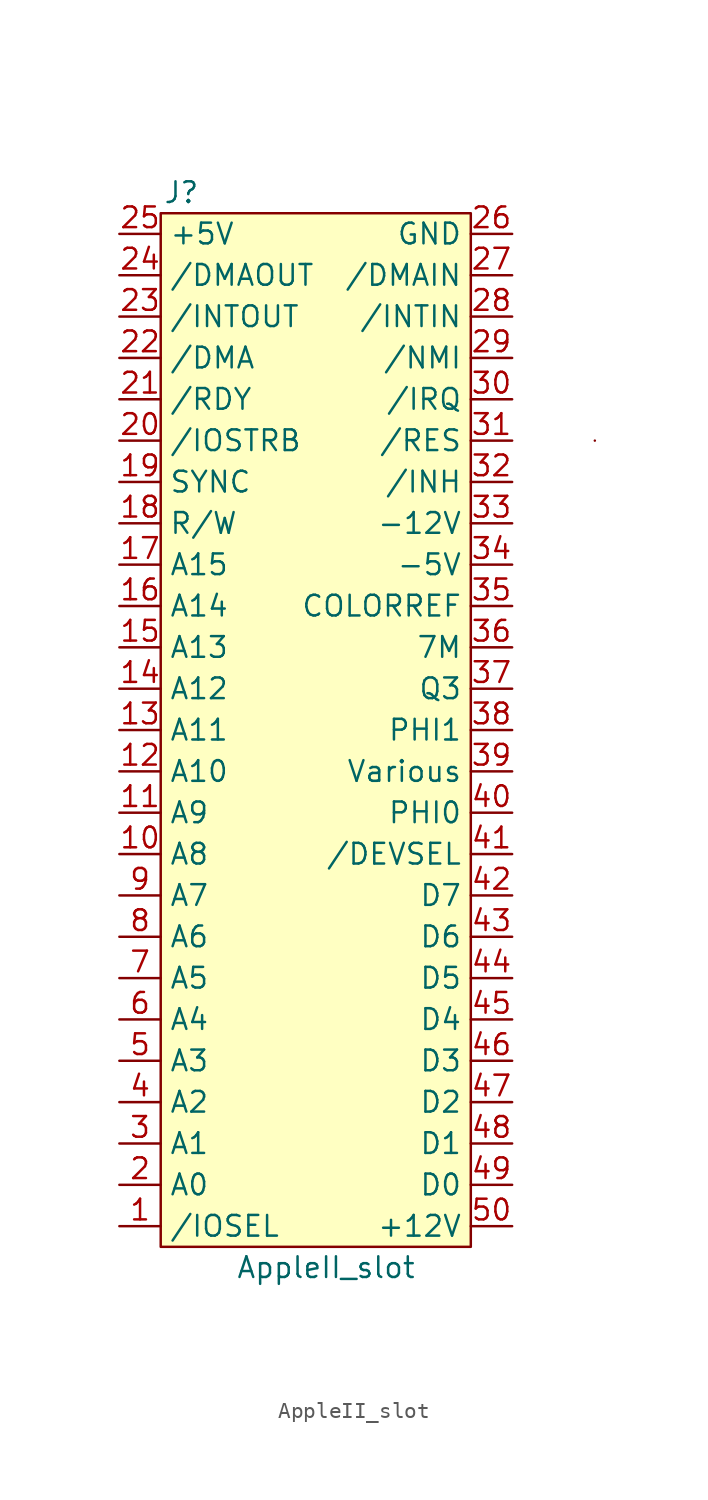
<source format=kicad_sym>
(kicad_symbol_lib
  (version 20211014)
  (generator kicad_symbol_editor)
  (symbol "AppleII_slot"
    (property "Reference" "J"
      (at 1.27 64.77 0)
      (effects (font (size 1.27 1.27))))
    (property "Value" "AppleII_slot"
      (at 10.16 -1.27 0)
      (effects (font (size 1.27 1.27))))
    (symbol "AppleII_slot_0_1"
      (polyline (pts (xy 26.67 49.53) (xy 26.67 49.53)) (stroke (width 0) (type default) (color 0 0 0 0)) (fill (type none)))
      (rectangle (start 0 63.5) (end 19.05 0) (stroke (width 0) (type default) (color 0 0 0 0)) (fill (type background))))
    (symbol "AppleII_slot_1_1"
      (pin output line (at -2.54 1.27 0) (length 2.54) (name "/IOSEL" (effects (font (size 1.27 1.27)))) (number "1" (effects (font (size 1.27 1.27)))))
      (pin bidirectional line (at -2.54 24.13 0) (length 2.54) (name "A8" (effects (font (size 1.27 1.27)))) (number "10" (effects (font (size 1.27 1.27)))))
      (pin bidirectional line (at -2.54 26.67 0) (length 2.54) (name "A9" (effects (font (size 1.27 1.27)))) (number "11" (effects (font (size 1.27 1.27)))))
      (pin bidirectional line (at -2.54 29.21 0) (length 2.54) (name "A10" (effects (font (size 1.27 1.27)))) (number "12" (effects (font (size 1.27 1.27)))))
      (pin bidirectional line (at -2.54 31.75 0) (length 2.54) (name "A11" (effects (font (size 1.27 1.27)))) (number "13" (effects (font (size 1.27 1.27)))))
      (pin bidirectional line (at -2.54 34.29 0) (length 2.54) (name "A12" (effects (font (size 1.27 1.27)))) (number "14" (effects (font (size 1.27 1.27)))))
      (pin bidirectional line (at -2.54 36.83 0) (length 2.54) (name "A13" (effects (font (size 1.27 1.27)))) (number "15" (effects (font (size 1.27 1.27)))))
      (pin bidirectional line (at -2.54 39.37 0) (length 2.54) (name "A14" (effects (font (size 1.27 1.27)))) (number "16" (effects (font (size 1.27 1.27)))))
      (pin bidirectional line (at -2.54 41.91 0) (length 2.54) (name "A15" (effects (font (size 1.27 1.27)))) (number "17" (effects (font (size 1.27 1.27)))))
      (pin bidirectional line (at -2.54 44.45 0) (length 2.54) (name "R/W" (effects (font (size 1.27 1.27)))) (number "18" (effects (font (size 1.27 1.27)))))
      (pin output line (at -2.54 46.99 0) (length 2.54) (name "SYNC" (effects (font (size 1.27 1.27)))) (number "19" (effects (font (size 1.27 1.27)))))
      (pin bidirectional line (at -2.54 3.81 0) (length 2.54) (name "A0" (effects (font (size 1.27 1.27)))) (number "2" (effects (font (size 1.27 1.27)))))
      (pin output line (at -2.54 49.53 0) (length 2.54) (name "/IOSTRB" (effects (font (size 1.27 1.27)))) (number "20" (effects (font (size 1.27 1.27)))))
      (pin input line (at -2.54 52.07 0) (length 2.54) (name "/RDY" (effects (font (size 1.27 1.27)))) (number "21" (effects (font (size 1.27 1.27)))))
      (pin input line (at -2.54 54.61 0) (length 2.54) (name "/DMA" (effects (font (size 1.27 1.27)))) (number "22" (effects (font (size 1.27 1.27)))))
      (pin input line (at -2.54 57.15 0) (length 2.54) (name "/INTOUT" (effects (font (size 1.27 1.27)))) (number "23" (effects (font (size 1.27 1.27)))))
      (pin input line (at -2.54 59.69 0) (length 2.54) (name "/DMAOUT" (effects (font (size 1.27 1.27)))) (number "24" (effects (font (size 1.27 1.27)))))
      (pin power_out line (at -2.54 62.23 0) (length 2.54) (name "+5V" (effects (font (size 1.27 1.27)))) (number "25" (effects (font (size 1.27 1.27)))))
      (pin power_in line (at 21.59 62.23 180) (length 2.54) (name "GND" (effects (font (size 1.27 1.27)))) (number "26" (effects (font (size 1.27 1.27)))))
      (pin output line (at 21.59 59.69 180) (length 2.54) (name "/DMAIN" (effects (font (size 1.27 1.27)))) (number "27" (effects (font (size 1.27 1.27)))))
      (pin output line (at 21.59 57.15 180) (length 2.54) (name "/INTIN" (effects (font (size 1.27 1.27)))) (number "28" (effects (font (size 1.27 1.27)))))
      (pin input line (at 21.59 54.61 180) (length 2.54) (name "/NMI" (effects (font (size 1.27 1.27)))) (number "29" (effects (font (size 1.27 1.27)))))
      (pin bidirectional line (at -2.54 6.35 0) (length 2.54) (name "A1" (effects (font (size 1.27 1.27)))) (number "3" (effects (font (size 1.27 1.27)))))
      (pin input line (at 21.59 52.07 180) (length 2.54) (name "/IRQ" (effects (font (size 1.27 1.27)))) (number "30" (effects (font (size 1.27 1.27)))))
      (pin input line (at 21.59 49.53 180) (length 2.54) (name "/RES" (effects (font (size 1.27 1.27)))) (number "31" (effects (font (size 1.27 1.27)))))
      (pin input line (at 21.59 46.99 180) (length 2.54) (name "/INH" (effects (font (size 1.27 1.27)))) (number "32" (effects (font (size 1.27 1.27)))))
      (pin power_out line (at 21.59 44.45 180) (length 2.54) (name "-12V" (effects (font (size 1.27 1.27)))) (number "33" (effects (font (size 1.27 1.27)))))
      (pin power_out line (at 21.59 41.91 180) (length 2.54) (name "-5V" (effects (font (size 1.27 1.27)))) (number "34" (effects (font (size 1.27 1.27)))))
      (pin output line (at 21.59 39.37 180) (length 2.54) (name "COLORREF" (effects (font (size 1.27 1.27)))) (number "35" (effects (font (size 1.27 1.27)))))
      (pin output line (at 21.59 36.83 180) (length 2.54) (name "7M" (effects (font (size 1.27 1.27)))) (number "36" (effects (font (size 1.27 1.27)))))
      (pin output line (at 21.59 34.29 180) (length 2.54) (name "Q3" (effects (font (size 1.27 1.27)))) (number "37" (effects (font (size 1.27 1.27)))))
      (pin output line (at 21.59 31.75 180) (length 2.54) (name "PHI1" (effects (font (size 1.27 1.27)))) (number "38" (effects (font (size 1.27 1.27)))))
      (pin output line (at 21.59 29.21 180) (length 2.54) (name "Various" (effects (font (size 1.27 1.27)))) (number "39" (effects (font (size 1.27 1.27)))))
      (pin bidirectional line (at -2.54 8.89 0) (length 2.54) (name "A2" (effects (font (size 1.27 1.27)))) (number "4" (effects (font (size 1.27 1.27)))))
      (pin output line (at 21.59 26.67 180) (length 2.54) (name "PHI0" (effects (font (size 1.27 1.27)))) (number "40" (effects (font (size 1.27 1.27)))))
      (pin output line (at 21.59 24.13 180) (length 2.54) (name "/DEVSEL" (effects (font (size 1.27 1.27)))) (number "41" (effects (font (size 1.27 1.27)))))
      (pin bidirectional line (at 21.59 21.59 180) (length 2.54) (name "D7" (effects (font (size 1.27 1.27)))) (number "42" (effects (font (size 1.27 1.27)))))
      (pin bidirectional line (at 21.59 19.05 180) (length 2.54) (name "D6" (effects (font (size 1.27 1.27)))) (number "43" (effects (font (size 1.27 1.27)))))
      (pin bidirectional line (at 21.59 16.51 180) (length 2.54) (name "D5" (effects (font (size 1.27 1.27)))) (number "44" (effects (font (size 1.27 1.27)))))
      (pin bidirectional line (at 21.59 13.97 180) (length 2.54) (name "D4" (effects (font (size 1.27 1.27)))) (number "45" (effects (font (size 1.27 1.27)))))
      (pin bidirectional line (at 21.59 11.43 180) (length 2.54) (name "D3" (effects (font (size 1.27 1.27)))) (number "46" (effects (font (size 1.27 1.27)))))
      (pin bidirectional line (at 21.59 8.89 180) (length 2.54) (name "D2" (effects (font (size 1.27 1.27)))) (number "47" (effects (font (size 1.27 1.27)))))
      (pin bidirectional line (at 21.59 6.35 180) (length 2.54) (name "D1" (effects (font (size 1.27 1.27)))) (number "48" (effects (font (size 1.27 1.27)))))
      (pin bidirectional line (at 21.59 3.81 180) (length 2.54) (name "D0" (effects (font (size 1.27 1.27)))) (number "49" (effects (font (size 1.27 1.27)))))
      (pin bidirectional line (at -2.54 11.43 0) (length 2.54) (name "A3" (effects (font (size 1.27 1.27)))) (number "5" (effects (font (size 1.27 1.27)))))
      (pin power_out line (at 21.59 1.27 180) (length 2.54) (name "+12V" (effects (font (size 1.27 1.27)))) (number "50" (effects (font (size 1.27 1.27)))))
      (pin bidirectional line (at -2.54 13.97 0) (length 2.54) (name "A4" (effects (font (size 1.27 1.27)))) (number "6" (effects (font (size 1.27 1.27)))))
      (pin bidirectional line (at -2.54 16.51 0) (length 2.54) (name "A5" (effects (font (size 1.27 1.27)))) (number "7" (effects (font (size 1.27 1.27)))))
      (pin bidirectional line (at -2.54 19.05 0) (length 2.54) (name "A6" (effects (font (size 1.27 1.27)))) (number "8" (effects (font (size 1.27 1.27)))))
      (pin bidirectional line (at -2.54 21.59 0) (length 2.54) (name "A7" (effects (font (size 1.27 1.27)))) (number "9" (effects (font (size 1.27 1.27))))))))
</source>
